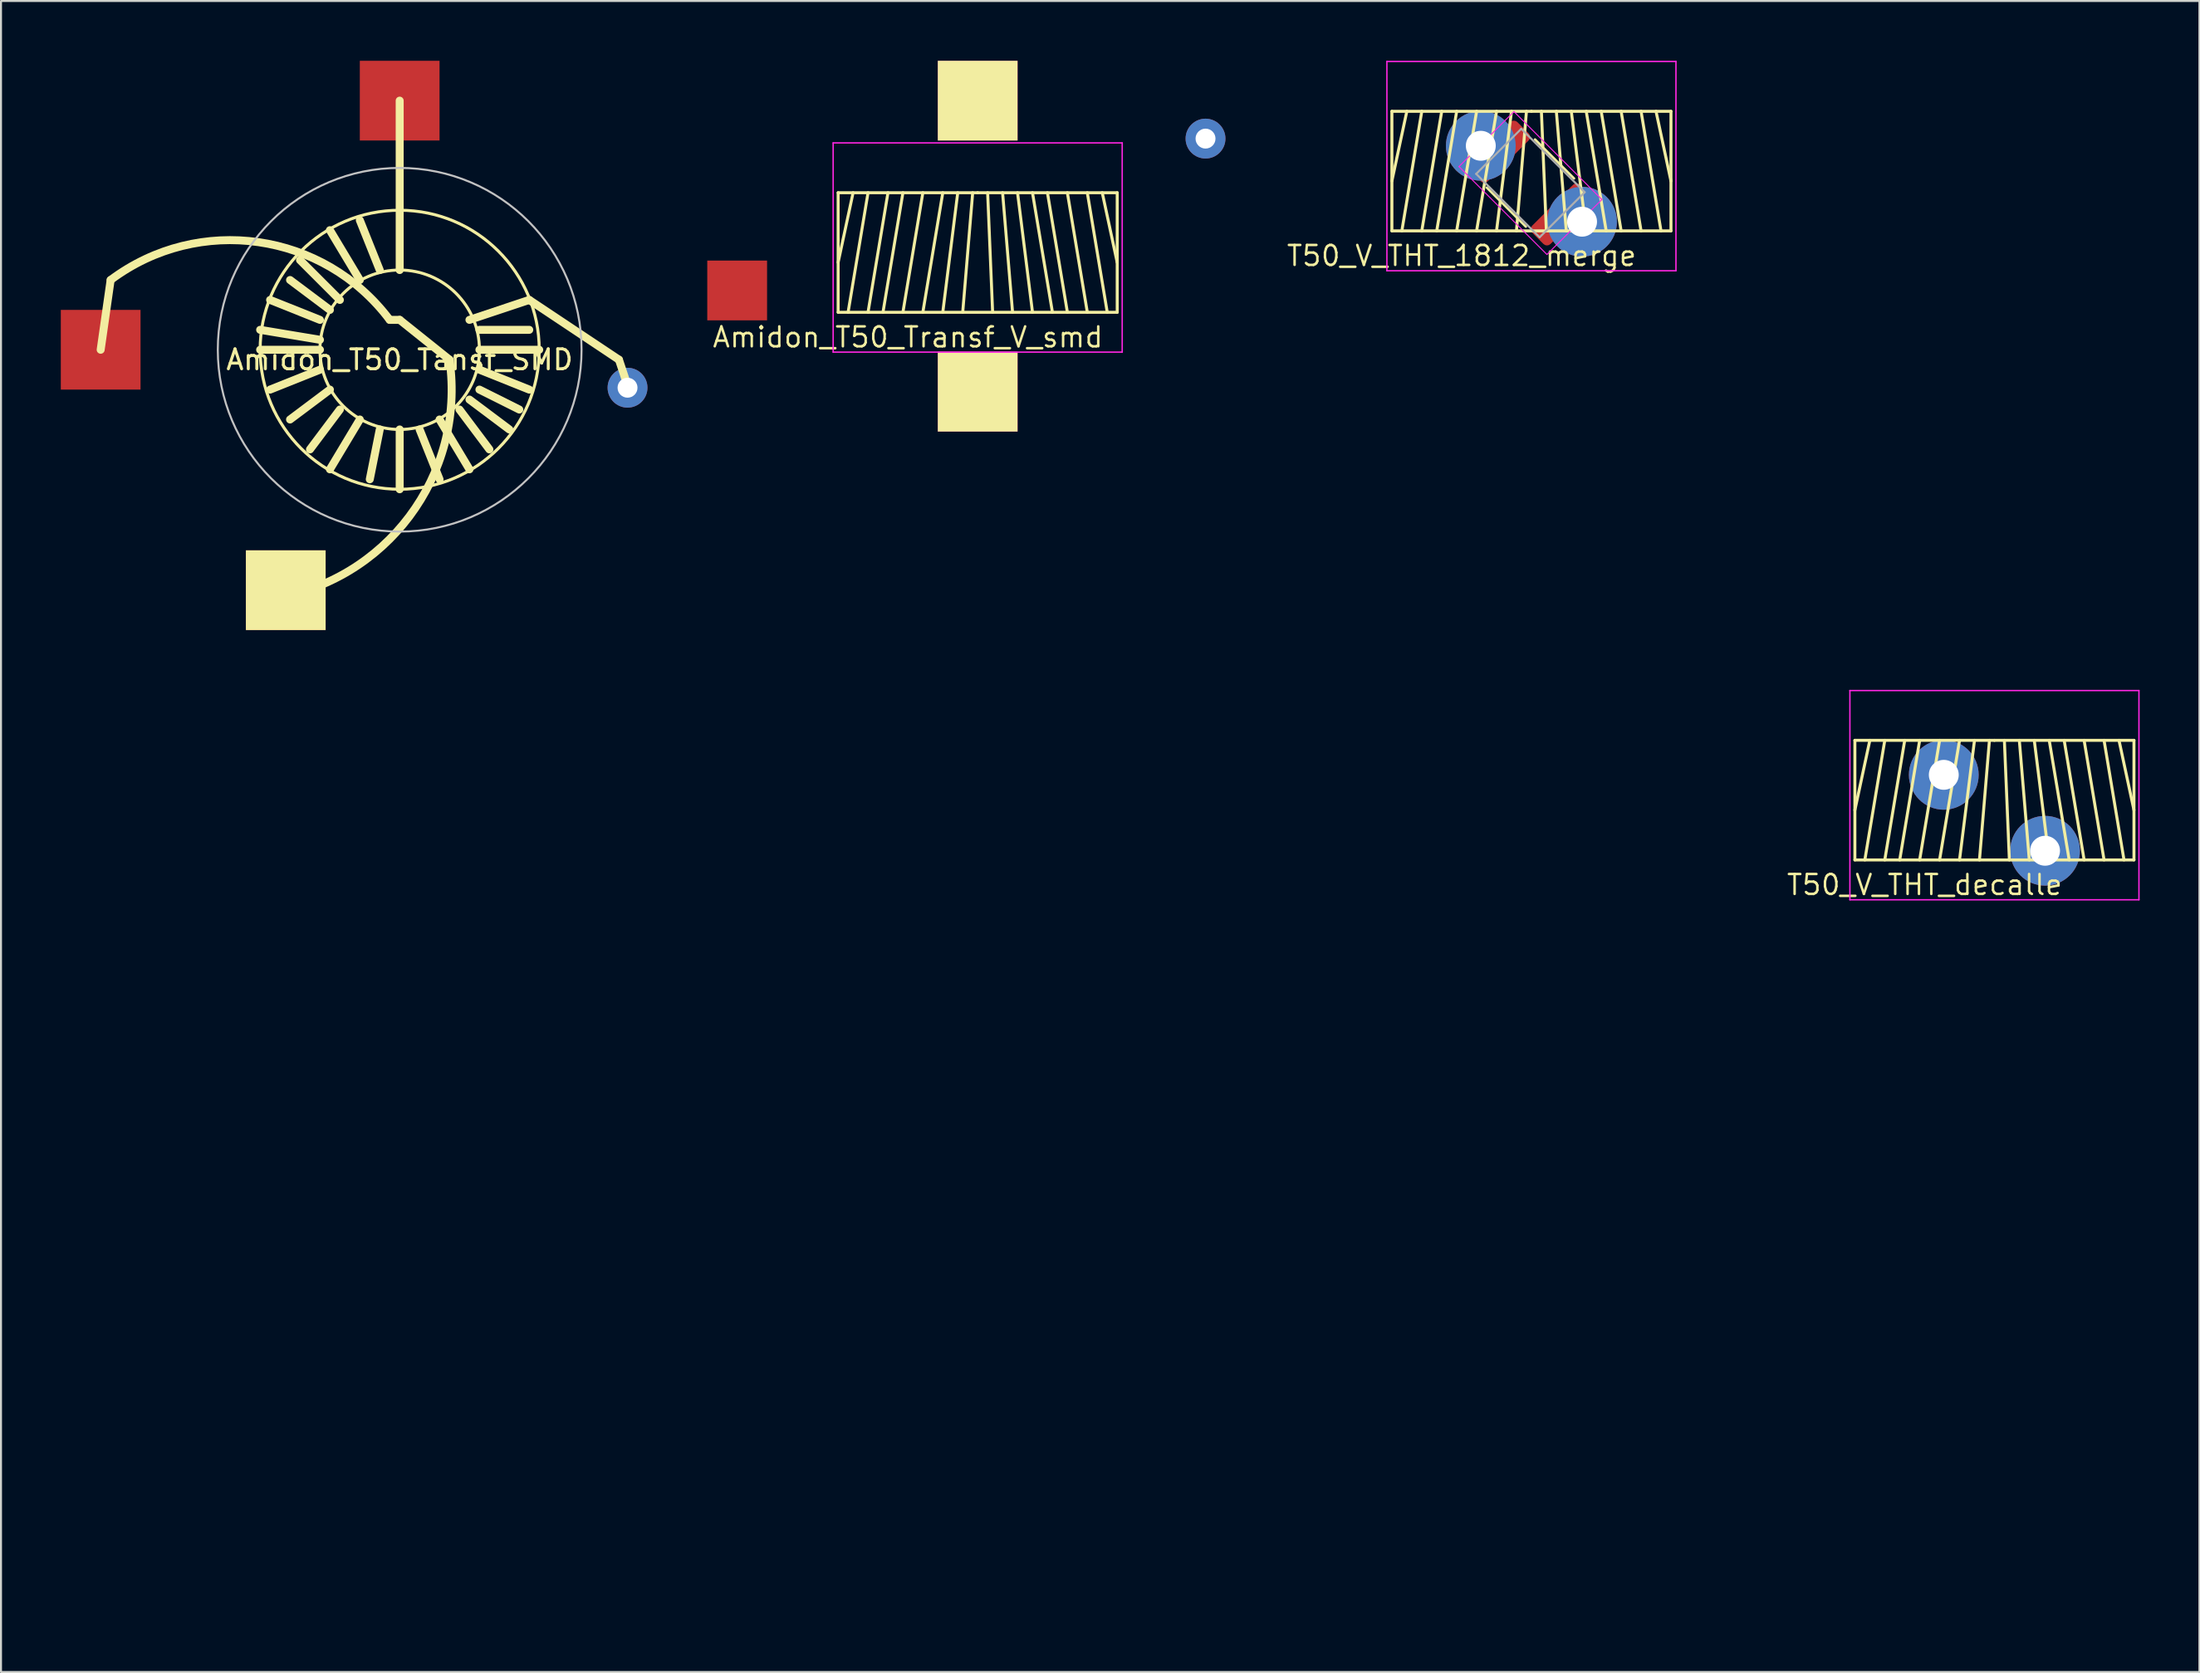
<source format=kicad_pcb>
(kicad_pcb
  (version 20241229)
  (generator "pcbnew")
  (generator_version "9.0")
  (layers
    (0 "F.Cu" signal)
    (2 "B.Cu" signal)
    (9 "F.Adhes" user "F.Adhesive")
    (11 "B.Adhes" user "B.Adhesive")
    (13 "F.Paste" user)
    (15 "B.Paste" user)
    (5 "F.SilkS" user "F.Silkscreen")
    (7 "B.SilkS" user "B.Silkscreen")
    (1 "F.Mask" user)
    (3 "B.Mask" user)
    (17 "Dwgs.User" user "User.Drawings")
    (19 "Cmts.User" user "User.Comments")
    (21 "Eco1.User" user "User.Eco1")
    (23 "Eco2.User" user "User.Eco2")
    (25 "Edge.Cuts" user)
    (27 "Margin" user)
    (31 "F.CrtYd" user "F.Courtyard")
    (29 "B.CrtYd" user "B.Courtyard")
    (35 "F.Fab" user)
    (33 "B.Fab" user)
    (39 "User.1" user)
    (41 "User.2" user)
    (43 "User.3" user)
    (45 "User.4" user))
  (footprint "Amidon_T50_Tansf_SMD"
    (layer "F.Cu")
    (at 17 14.5)
    (property "Reference" "Amidon_T50_Tansf_SMD" (at 0 0.5 0) (layer "F.SilkS") (effects (font (size 1 1) (thickness 0.15))))
    (attr through_hole)
    (fp_line (start -14.5 -3.5) (end -15 0) (stroke (width 0.4) (type solid)) (layer "F.SilkS"))
    (fp_line (start -4 -1.5) (end -6.5 -2.5) (stroke (width 0.4) (type solid)) (layer "F.SilkS"))
    (fp_line (start -4 -0.5) (end -7 -1) (stroke (width 0.4) (type solid)) (layer "F.SilkS"))
    (fp_line (start -4 0) (end -7 0) (stroke (width 0.4) (type solid)) (layer "F.SilkS"))
    (fp_line (start -4 1) (end -6.5 2) (stroke (width 0.4) (type solid)) (layer "F.SilkS"))
    (fp_line (start -3.5 -2) (end -5.5 -3.5) (stroke (width 0.4) (type solid)) (layer "F.SilkS"))
    (fp_line (start -3.5 2) (end -5.5 3.5) (stroke (width 0.4) (type solid)) (layer "F.SilkS"))
    (fp_line (start -3 -2.5) (end -5 -4.5) (stroke (width 0.4) (type solid)) (layer "F.SilkS"))
    (fp_line (start -3 3) (end -4.5 5) (stroke (width 0.4) (type solid)) (layer "F.SilkS"))
    (fp_line (start -2 -3.5) (end -3.5 -6) (stroke (width 0.4) (type solid)) (layer "F.SilkS"))
    (fp_line (start -2 3.5) (end -3.5 6) (stroke (width 0.4) (type solid)) (layer "F.SilkS"))
    (fp_line (start -1 -4) (end -2 -6.5) (stroke (width 0.4) (type solid)) (layer "F.SilkS"))
    (fp_line (start -1 4) (end -1.5 6.5) (stroke (width 0.4) (type solid)) (layer "F.SilkS"))
    (fp_line (start 0 -4) (end 0 -12.5) (stroke (width 0.4) (type solid)) (layer "F.SilkS"))
    (fp_line (start 0 -1.5) (end -0.5 -1.5) (stroke (width 0.4) (type solid)) (layer "F.SilkS"))
    (fp_line (start 0 -1.5) (end 2.5 0.5) (stroke (width 0.4) (type solid)) (layer "F.SilkS"))
    (fp_line (start 0 7) (end 0 4) (stroke (width 0.4) (type solid)) (layer "F.SilkS"))
    (fp_line (start 1 4) (end 2 6.5) (stroke (width 0.4) (type solid)) (layer "F.SilkS"))
    (fp_line (start 2 3.5) (end 3.5 6) (stroke (width 0.4) (type solid)) (layer "F.SilkS"))
    (fp_line (start 3 3) (end 4.5 5) (stroke (width 0.4) (type solid)) (layer "F.SilkS"))
    (fp_line (start 3.5 -1.5) (end 6.5 -2.5) (stroke (width 0.4) (type solid)) (layer "F.SilkS"))
    (fp_line (start 3.5 2.5) (end 5.5 4) (stroke (width 0.4) (type solid)) (layer "F.SilkS"))
    (fp_line (start 4 -1) (end 6.5 -1) (stroke (width 0.4) (type solid)) (layer "F.SilkS"))
    (fp_line (start 4 0) (end 7 0) (stroke (width 0.4) (type solid)) (layer "F.SilkS"))
    (fp_line (start 4 1) (end 6.5 2) (stroke (width 0.4) (type solid)) (layer "F.SilkS"))
    (fp_line (start 6 3) (end 4 2) (stroke (width 0.4) (type solid)) (layer "F.SilkS"))
    (fp_line (start 6.5 -2.5) (end 11 0.5) (stroke (width 0.4) (type solid)) (layer "F.SilkS"))
    (fp_line (start 11 0.5) (end 11.5 2) (stroke (width 0.4) (type solid)) (layer "F.SilkS"))
    (fp_arc (start -14.5 -3.5) (mid -7.085786 -5.399495) (end -0.5 -1.5) (stroke (width 0.4) (type solid)) (layer "F.SilkS"))
    (fp_arc (start 2.5 0.5) (mid 0.485281 8.363961) (end -6.5 12.5) (stroke (width 0.4) (type solid)) (layer "F.SilkS"))
    (fp_circle (center 0 0) (end 4 0) (stroke (width 0.15) (type solid)) (fill no) (layer "F.SilkS"))
    (fp_circle (center 0 0) (end 7 0) (stroke (width 0.15) (type solid)) (fill no) (layer "F.SilkS"))
    (fp_circle (center 0 0) (end 9 -1.5) (stroke (width 0.1) (type solid)) (fill no) (layer "Dwgs.User"))
    (fp_circle (center 0 0) (end 7.5 -5.5) (stroke (width 0.1) (type solid)) (fill no) (layer "Eco2.User"))
    (pad "1" smd rect (at 0 -12.5) (size 4 4) (layers "F.Cu" "F.Mask" "F.Paste"))
    (pad "2" thru_hole circle (at 11.43 1.905) (size 2 2) (drill 1) (layers "*.Cu" "*.Mask"))
    (pad "3" smd rect (at -5.715 12.065) (size 4 4) (layers "F.Cu" "F.Mask" "F.SilkS" "F.Paste"))
    (pad "4" smd rect (at -15 0) (size 4 4) (layers "F.Cu" "F.Mask" "F.Paste")))
  (footprint "T50_V_THT_decalle"
    (layer "F.Cu")
    (at 0.25 77.6)
    (property "Reference" "T50_V_THT_decalle" (at 93.25 -36.25 0) (layer "F.SilkS") (effects (font (size 1 1) (thickness 0.125))))
    (attr through_hole)
    (fp_line (start 89.75 -43.5) (end 96.75 -43.5) (stroke (width 0.15) (type solid)) (layer "F.SilkS"))
    (fp_line (start 89.75 -37.5) (end 89.75 -43.5) (stroke (width 0.15) (type solid)) (layer "F.SilkS"))
    (fp_line (start 90.5 -43.5) (end 89.75 -40) (stroke (width 0.15) (type solid)) (layer "F.SilkS"))
    (fp_line (start 91.25 -43.5) (end 90.25 -37.5) (stroke (width 0.15) (type solid)) (layer "F.SilkS"))
    (fp_line (start 92.25 -43.5) (end 91.25 -37.5) (stroke (width 0.15) (type solid)) (layer "F.SilkS"))
    (fp_line (start 93 -43.5) (end 92 -37.5) (stroke (width 0.15) (type solid)) (layer "F.SilkS"))
    (fp_line (start 94 -43.5) (end 93 -37.5) (stroke (width 0.15) (type solid)) (layer "F.SilkS"))
    (fp_line (start 95 -43.5) (end 94 -37.5) (stroke (width 0.15) (type solid)) (layer "F.SilkS"))
    (fp_line (start 95.75 -43.5) (end 95 -37.5) (stroke (width 0.15) (type solid)) (layer "F.SilkS"))
    (fp_line (start 96.5 -43.5) (end 96 -37.5) (stroke (width 0.15) (type solid)) (layer "F.SilkS"))
    (fp_line (start 96.75 -43.5) (end 103.75 -43.5) (stroke (width 0.15) (type solid)) (layer "F.SilkS"))
    (fp_line (start 97.25 -43.5) (end 97.5 -37.5) (stroke (width 0.15) (type solid)) (layer "F.SilkS"))
    (fp_line (start 98 -43.5) (end 98.5 -37.5) (stroke (width 0.15) (type solid)) (layer "F.SilkS"))
    (fp_line (start 98.75 -43.5) (end 99.5 -37.5) (stroke (width 0.15) (type solid)) (layer "F.SilkS"))
    (fp_line (start 99.5 -43.5) (end 100.5 -37.5) (stroke (width 0.15) (type solid)) (layer "F.SilkS"))
    (fp_line (start 100.25 -43.5) (end 101.25 -37.5) (stroke (width 0.15) (type solid)) (layer "F.SilkS"))
    (fp_line (start 101.25 -43.5) (end 102.25 -37.5) (stroke (width 0.15) (type solid)) (layer "F.SilkS"))
    (fp_line (start 102.25 -43.5) (end 103.25 -37.5) (stroke (width 0.15) (type solid)) (layer "F.SilkS"))
    (fp_line (start 103 -43.5) (end 103.75 -40) (stroke (width 0.15) (type solid)) (layer "F.SilkS"))
    (fp_line (start 103.75 -43.5) (end 103.75 -37.5) (stroke (width 0.15) (type solid)) (layer "F.SilkS"))
    (fp_line (start 103.75 -37.5) (end 89.75 -37.5) (stroke (width 0.15) (type solid)) (layer "F.SilkS"))
    (fp_line (start 89.5 -43.75) (end 104 -43.75) (stroke (width 0.07) (type solid)) (layer "Eco2.User"))
    (fp_line (start 89.5 -37.25) (end 89.5 -43.75) (stroke (width 0.07) (type solid)) (layer "Eco2.User"))
    (fp_line (start 104 -43.75) (end 104 -37.25) (stroke (width 0.07) (type solid)) (layer "Eco2.User"))
    (fp_line (start 104 -37.25) (end 89.5 -37.25) (stroke (width 0.07) (type solid)) (layer "Eco2.User"))
    (fp_line (start 89.5 -46) (end 89.5 -35.5) (stroke (width 0.07) (type solid)) (layer "F.CrtYd"))
    (fp_line (start 89.5 -46) (end 104 -46) (stroke (width 0.07) (type solid)) (layer "F.CrtYd"))
    (fp_line (start 89.5 -35.5) (end 104 -35.5) (stroke (width 0.07) (type solid)) (layer "F.CrtYd"))
    (fp_line (start 104 -35.5) (end 104 -46) (stroke (width 0.07) (type solid)) (layer "F.CrtYd"))
    (pad "1" thru_hole circle (at 94.21 -41.77) (size 3.5 3.5) (drill 1.5) (layers "*.Cu" "*.Mask"))
    (pad "2" thru_hole circle (at 99.29 -37.96) (size 3.5 3.5) (drill 1.5) (layers "*.Cu" "*.Mask")))
  (footprint "T50_V_THT_1812_merge"
    (layer "F.Cu")
    (at 73.724 6.135)
    (property "Reference" "T50_V_THT_1812_merge" (at -3.45 3.65 0) (layer "F.SilkS") (effects (font (size 1 1) (thickness 0.125))))
    (attr through_hole)
    (fp_line (start -6.95 -3.6) (end 0.05 -3.6) (stroke (width 0.15) (type solid)) (layer "F.SilkS"))
    (fp_line (start -6.95 2.4) (end -6.95 -3.6) (stroke (width 0.15) (type solid)) (layer "F.SilkS"))
    (fp_line (start -6.2 -3.6) (end -6.95 -0.1) (stroke (width 0.15) (type solid)) (layer "F.SilkS"))
    (fp_line (start -5.45 -3.6) (end -6.45 2.4) (stroke (width 0.15) (type solid)) (layer "F.SilkS"))
    (fp_line (start -4.45 -3.6) (end -5.45 2.4) (stroke (width 0.15) (type solid)) (layer "F.SilkS"))
    (fp_line (start -3.7 -3.6) (end -4.7 2.4) (stroke (width 0.15) (type solid)) (layer "F.SilkS"))
    (fp_line (start -2.7 -3.6) (end -3.7 2.4) (stroke (width 0.15) (type solid)) (layer "F.SilkS"))
    (fp_line (start -2.189 0.229) (end -0.229 2.189) (stroke (width 0.12) (type solid)) (layer "F.SilkS"))
    (fp_line (start -1.7 -3.6) (end -2.7 2.4) (stroke (width 0.15) (type solid)) (layer "F.SilkS"))
    (fp_line (start -0.95 -3.6) (end -1.7 2.4) (stroke (width 0.15) (type solid)) (layer "F.SilkS"))
    (fp_line (start -0.2 -3.6) (end -0.7 2.4) (stroke (width 0.15) (type solid)) (layer "F.SilkS"))
    (fp_line (start 0.05 -3.6) (end 7.05 -3.6) (stroke (width 0.15) (type solid)) (layer "F.SilkS"))
    (fp_line (start 0.229 -2.189) (end 2.189 -0.229) (stroke (width 0.12) (type solid)) (layer "F.SilkS"))
    (fp_line (start 0.55 -3.6) (end 0.8 2.4) (stroke (width 0.15) (type solid)) (layer "F.SilkS"))
    (fp_line (start 1.3 -3.6) (end 1.8 2.4) (stroke (width 0.15) (type solid)) (layer "F.SilkS"))
    (fp_line (start 2.05 -3.6) (end 2.8 2.4) (stroke (width 0.15) (type solid)) (layer "F.SilkS"))
    (fp_line (start 2.8 -3.6) (end 3.8 2.4) (stroke (width 0.15) (type solid)) (layer "F.SilkS"))
    (fp_line (start 3.55 -3.6) (end 4.55 2.4) (stroke (width 0.15) (type solid)) (layer "F.SilkS"))
    (fp_line (start 4.55 -3.6) (end 5.55 2.4) (stroke (width 0.15) (type solid)) (layer "F.SilkS"))
    (fp_line (start 5.55 -3.6) (end 6.55 2.4) (stroke (width 0.15) (type solid)) (layer "F.SilkS"))
    (fp_line (start 6.3 -3.6) (end 7.05 -0.1) (stroke (width 0.15) (type solid)) (layer "F.SilkS"))
    (fp_line (start 7.05 -3.6) (end 7.05 2.4) (stroke (width 0.15) (type solid)) (layer "F.SilkS"))
    (fp_line (start 7.05 2.4) (end -6.95 2.4) (stroke (width 0.15) (type solid)) (layer "F.SilkS"))
    (fp_line (start -7.2 -3.85) (end 7.3 -3.85) (stroke (width 0.07) (type solid)) (layer "Eco2.User"))
    (fp_line (start -7.2 2.65) (end -7.2 -3.85) (stroke (width 0.07) (type solid)) (layer "Eco2.User"))
    (fp_line (start 7.3 -3.85) (end 7.3 2.65) (stroke (width 0.07) (type solid)) (layer "Eco2.User"))
    (fp_line (start 7.3 2.65) (end -7.2 2.65) (stroke (width 0.07) (type solid)) (layer "Eco2.User"))
    (fp_line (start -7.2 -6.1) (end -7.2 4.4) (stroke (width 0.07) (type solid)) (layer "F.CrtYd"))
    (fp_line (start -7.2 -6.1) (end 7.3 -6.1) (stroke (width 0.07) (type solid)) (layer "F.CrtYd"))
    (fp_line (start -7.2 4.4) (end 7.3 4.4) (stroke (width 0.07) (type solid)) (layer "F.CrtYd"))
    (fp_line (start -3.585 -0.827) (end -0.827 -3.585) (stroke (width 0.05) (type solid)) (layer "F.CrtYd"))
    (fp_line (start -0.827 -3.585) (end 3.585 0.827) (stroke (width 0.05) (type solid)) (layer "F.CrtYd"))
    (fp_line (start 0.827 3.585) (end -3.585 -0.827) (stroke (width 0.05) (type solid)) (layer "F.CrtYd"))
    (fp_line (start 3.585 0.827) (end 0.827 3.585) (stroke (width 0.05) (type solid)) (layer "F.CrtYd"))
    (fp_line (start 7.3 4.4) (end 7.3 -6.1) (stroke (width 0.07) (type solid)) (layer "F.CrtYd"))
    (fp_line (start -2.722 -0.46) (end -0.46 -2.722) (stroke (width 0.1) (type solid)) (layer "F.Fab"))
    (fp_line (start -0.46 -2.722) (end 2.722 0.46) (stroke (width 0.1) (type solid)) (layer "F.Fab"))
    (fp_line (start 0.46 2.722) (end -2.722 -0.46) (stroke (width 0.1) (type solid)) (layer "F.Fab"))
    (fp_line (start 2.722 0.46) (end 0.46 2.722) (stroke (width 0.1) (type solid)) (layer "F.Fab"))
    (pad "1" thru_hole circle (at -2.49 -1.87) (size 3.5 3.5) (drill 1.5) (layers "*.Cu" "*.Mask"))
    (pad "1" smd roundrect (at -1.573 -1.573 315) (size 1.3 3.4) (layers "F.Cu" "F.Mask" "F.Paste") (roundrect_rratio 0.192))
    (pad "2" smd roundrect (at 1.573 1.573 315) (size 1.3 3.4) (layers "F.Cu" "F.Mask" "F.Paste") (roundrect_rratio 0.192))
    (pad "2" thru_hole circle (at 2.59 1.94) (size 3.5 3.5) (drill 1.5) (layers "*.Cu" "*.Mask")))
  (footprint "Amidon_T50_Transf_V_smd"
    (layer "F.Cu")
    (at 45.995 9.62)
    (property "Reference" "Amidon_T50_Transf_V_smd" (at -3.5 4.25 0) (layer "F.SilkS") (effects (font (size 1 1) (thickness 0.125))))
    (attr through_hole)
    (fp_line (start -7 -3) (end 0 -3) (stroke (width 0.15) (type solid)) (layer "F.SilkS"))
    (fp_line (start -7 3) (end -7 -3) (stroke (width 0.15) (type solid)) (layer "F.SilkS"))
    (fp_line (start -6.25 -3) (end -7 0.5) (stroke (width 0.15) (type solid)) (layer "F.SilkS"))
    (fp_line (start -5.5 -3) (end -6.5 3) (stroke (width 0.15) (type solid)) (layer "F.SilkS"))
    (fp_line (start -4.5 -3) (end -5.5 3) (stroke (width 0.15) (type solid)) (layer "F.SilkS"))
    (fp_line (start -3.75 -3) (end -4.75 3) (stroke (width 0.15) (type solid)) (layer "F.SilkS"))
    (fp_line (start -2.75 -3) (end -3.75 3) (stroke (width 0.15) (type solid)) (layer "F.SilkS"))
    (fp_line (start -1.75 -3) (end -2.75 3) (stroke (width 0.15) (type solid)) (layer "F.SilkS"))
    (fp_line (start -1 -3) (end -1.75 3) (stroke (width 0.15) (type solid)) (layer "F.SilkS"))
    (fp_line (start -0.25 -3) (end -0.75 3) (stroke (width 0.15) (type solid)) (layer "F.SilkS"))
    (fp_line (start 0 -3) (end 7 -3) (stroke (width 0.15) (type solid)) (layer "F.SilkS"))
    (fp_line (start 0.5 -3) (end 0.75 3) (stroke (width 0.15) (type solid)) (layer "F.SilkS"))
    (fp_line (start 1.25 -3) (end 1.75 3) (stroke (width 0.15) (type solid)) (layer "F.SilkS"))
    (fp_line (start 2 -3) (end 2.75 3) (stroke (width 0.15) (type solid)) (layer "F.SilkS"))
    (fp_line (start 2.75 -3) (end 3.75 3) (stroke (width 0.15) (type solid)) (layer "F.SilkS"))
    (fp_line (start 3.5 -3) (end 4.5 3) (stroke (width 0.15) (type solid)) (layer "F.SilkS"))
    (fp_line (start 4.5 -3) (end 5.5 3) (stroke (width 0.15) (type solid)) (layer "F.SilkS"))
    (fp_line (start 5.5 -3) (end 6.5 3) (stroke (width 0.15) (type solid)) (layer "F.SilkS"))
    (fp_line (start 6.25 -3) (end 7 0.5) (stroke (width 0.15) (type solid)) (layer "F.SilkS"))
    (fp_line (start 7 -3) (end 7 3) (stroke (width 0.15) (type solid)) (layer "F.SilkS"))
    (fp_line (start 7 3) (end -7 3) (stroke (width 0.15) (type solid)) (layer "F.SilkS"))
    (fp_line (start -7.25 -3.25) (end 7.25 -3.25) (stroke (width 0.07) (type solid)) (layer "Eco2.User"))
    (fp_line (start -7.25 3.25) (end -7.25 -3.25) (stroke (width 0.07) (type solid)) (layer "Eco2.User"))
    (fp_line (start 7.25 -3.25) (end 7.25 3.25) (stroke (width 0.07) (type solid)) (layer "Eco2.User"))
    (fp_line (start 7.25 3.25) (end -7.25 3.25) (stroke (width 0.07) (type solid)) (layer "Eco2.User"))
    (fp_line (start -7.25 -5.5) (end -7.25 5) (stroke (width 0.07) (type solid)) (layer "F.CrtYd"))
    (fp_line (start -7.25 -5.5) (end 7.25 -5.5) (stroke (width 0.07) (type solid)) (layer "F.CrtYd"))
    (fp_line (start -7.25 5) (end 7.25 5) (stroke (width 0.07) (type solid)) (layer "F.CrtYd"))
    (fp_line (start 7.25 5) (end 7.25 -5.5) (stroke (width 0.07) (type solid)) (layer "F.CrtYd"))
    (pad "1" smd rect (at 0 -7.62) (size 4 4) (layers "F.Cu" "F.Mask" "F.SilkS" "F.Adhes" "F.Paste"))
    (pad "2" smd rect (at 0 6.985) (size 4 4) (layers "F.Cu" "F.Mask" "F.SilkS" "F.Adhes" "F.Paste"))
    (pad "3" smd rect (at -12.065 1.905) (size 3 3) (layers "F.Cu" "F.Mask" "F.Paste"))
    (pad "4" thru_hole circle (at 11.43 -5.715) (size 2 2) (drill 1) (layers "*.Cu" "*.Mask")))
  (gr_rect
    (start -3 -3)
    (end 107.285 80.85)
    (stroke (width 0.1) (type default))
    (fill no)
    (layer "Edge.Cuts")))
</source>
